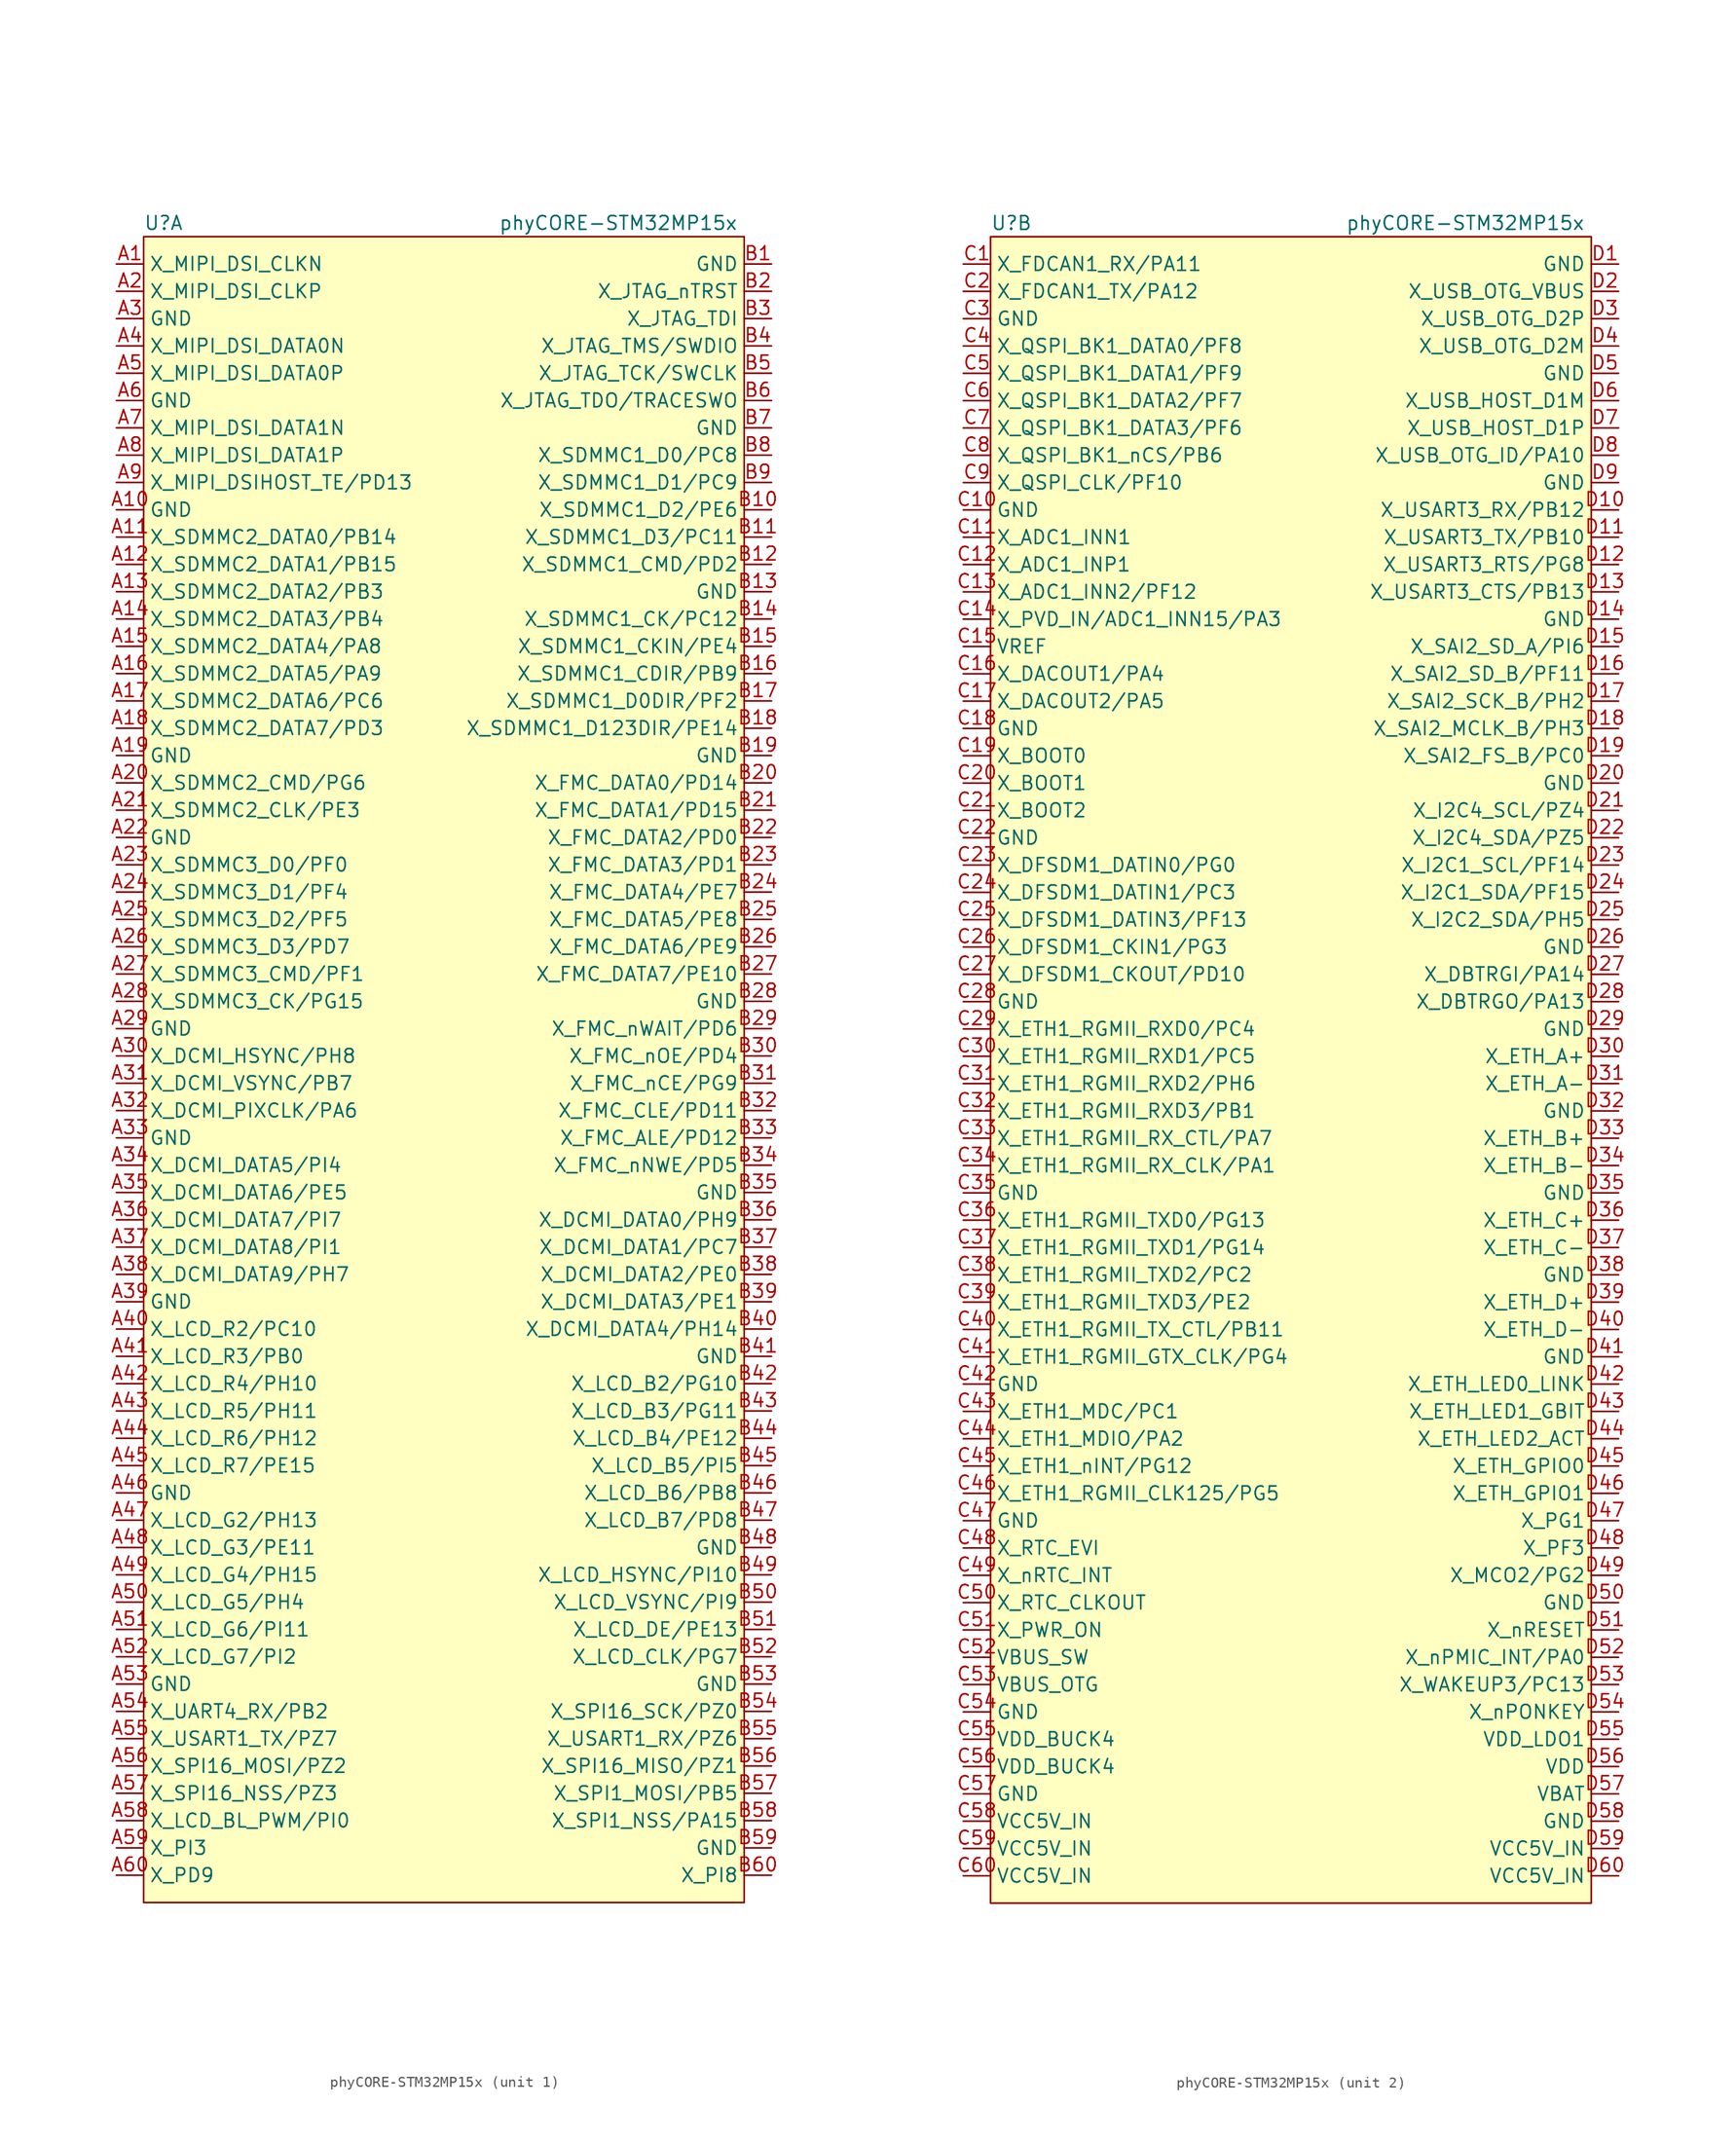
<source format=kicad_sym>
(kicad_symbol_lib
  (version 20211014)
  (generator kicad_symbol_editor)
  (symbol "phyCORE-STM32MP15x"
    (property "Reference" "U"
      (at -27.94 78.74 0)
      (effects (font (size 1.27 1.27)) (justify left)))
    (property "Value" "phyCORE-STM32MP15x"
      (at 5.08 78.74 0)
      (effects (font (size 1.27 1.27)) (justify left)))
    (property "ki_locked" ""
      (at 0 0 0)
      (effects (font (size 1.27 1.27))))
    (symbol "phyCORE-STM32MP15x_1_1"
      (rectangle (start -27.94 77.47) (end 27.94 -77.47) (stroke (width 0) (type default) (color 0 0 0 0)) (fill (type background)))
      (pin output line (at -30.48 74.93 0) (length 2.54) (name "X_MIPI_DSI_CLKN" (effects (font (size 1.27 1.27)))) (number "A1" (effects (font (size 1.27 1.27)))))
      (pin power_in line (at -30.48 52.07 0) (length 2.54) (name "GND" (effects (font (size 1.27 1.27)))) (number "A10" (effects (font (size 1.27 1.27)))))
      (pin bidirectional line (at -30.48 49.53 0) (length 2.54) (name "X_SDMMC2_DATA0/PB14" (effects (font (size 1.27 1.27)))) (number "A11" (effects (font (size 1.27 1.27)))))
      (pin bidirectional line (at -30.48 46.99 0) (length 2.54) (name "X_SDMMC2_DATA1/PB15" (effects (font (size 1.27 1.27)))) (number "A12" (effects (font (size 1.27 1.27)))))
      (pin bidirectional line (at -30.48 44.45 0) (length 2.54) (name "X_SDMMC2_DATA2/PB3" (effects (font (size 1.27 1.27)))) (number "A13" (effects (font (size 1.27 1.27)))))
      (pin bidirectional line (at -30.48 41.91 0) (length 2.54) (name "X_SDMMC2_DATA3/PB4" (effects (font (size 1.27 1.27)))) (number "A14" (effects (font (size 1.27 1.27)))))
      (pin bidirectional line (at -30.48 39.37 0) (length 2.54) (name "X_SDMMC2_DATA4/PA8" (effects (font (size 1.27 1.27)))) (number "A15" (effects (font (size 1.27 1.27)))))
      (pin bidirectional line (at -30.48 36.83 0) (length 2.54) (name "X_SDMMC2_DATA5/PA9" (effects (font (size 1.27 1.27)))) (number "A16" (effects (font (size 1.27 1.27)))))
      (pin bidirectional line (at -30.48 34.29 0) (length 2.54) (name "X_SDMMC2_DATA6/PC6" (effects (font (size 1.27 1.27)))) (number "A17" (effects (font (size 1.27 1.27)))))
      (pin bidirectional line (at -30.48 31.75 0) (length 2.54) (name "X_SDMMC2_DATA7/PD3" (effects (font (size 1.27 1.27)))) (number "A18" (effects (font (size 1.27 1.27)))))
      (pin power_in line (at -30.48 29.21 0) (length 2.54) (name "GND" (effects (font (size 1.27 1.27)))) (number "A19" (effects (font (size 1.27 1.27)))))
      (pin output line (at -30.48 72.39 0) (length 2.54) (name "X_MIPI_DSI_CLKP" (effects (font (size 1.27 1.27)))) (number "A2" (effects (font (size 1.27 1.27)))))
      (pin bidirectional line (at -30.48 26.67 0) (length 2.54) (name "X_SDMMC2_CMD/PG6" (effects (font (size 1.27 1.27)))) (number "A20" (effects (font (size 1.27 1.27)))))
      (pin output line (at -30.48 24.13 0) (length 2.54) (name "X_SDMMC2_CLK/PE3" (effects (font (size 1.27 1.27)))) (number "A21" (effects (font (size 1.27 1.27)))))
      (pin power_in line (at -30.48 21.59 0) (length 2.54) (name "GND" (effects (font (size 1.27 1.27)))) (number "A22" (effects (font (size 1.27 1.27)))))
      (pin bidirectional line (at -30.48 19.05 0) (length 2.54) (name "X_SDMMC3_D0/PF0" (effects (font (size 1.27 1.27)))) (number "A23" (effects (font (size 1.27 1.27)))))
      (pin bidirectional line (at -30.48 16.51 0) (length 2.54) (name "X_SDMMC3_D1/PF4" (effects (font (size 1.27 1.27)))) (number "A24" (effects (font (size 1.27 1.27)))))
      (pin bidirectional line (at -30.48 13.97 0) (length 2.54) (name "X_SDMMC3_D2/PF5" (effects (font (size 1.27 1.27)))) (number "A25" (effects (font (size 1.27 1.27)))))
      (pin bidirectional line (at -30.48 11.43 0) (length 2.54) (name "X_SDMMC3_D3/PD7" (effects (font (size 1.27 1.27)))) (number "A26" (effects (font (size 1.27 1.27)))))
      (pin bidirectional line (at -30.48 8.89 0) (length 2.54) (name "X_SDMMC3_CMD/PF1" (effects (font (size 1.27 1.27)))) (number "A27" (effects (font (size 1.27 1.27)))))
      (pin output line (at -30.48 6.35 0) (length 2.54) (name "X_SDMMC3_CK/PG15" (effects (font (size 1.27 1.27)))) (number "A28" (effects (font (size 1.27 1.27)))))
      (pin power_in line (at -30.48 3.81 0) (length 2.54) (name "GND" (effects (font (size 1.27 1.27)))) (number "A29" (effects (font (size 1.27 1.27)))))
      (pin power_in line (at -30.48 69.85 0) (length 2.54) (name "GND" (effects (font (size 1.27 1.27)))) (number "A3" (effects (font (size 1.27 1.27)))))
      (pin input line (at -30.48 1.27 0) (length 2.54) (name "X_DCMI_HSYNC/PH8" (effects (font (size 1.27 1.27)))) (number "A30" (effects (font (size 1.27 1.27)))))
      (pin input line (at -30.48 -1.27 0) (length 2.54) (name "X_DCMI_VSYNC/PB7" (effects (font (size 1.27 1.27)))) (number "A31" (effects (font (size 1.27 1.27)))))
      (pin input line (at -30.48 -3.81 0) (length 2.54) (name "X_DCMI_PIXCLK/PA6" (effects (font (size 1.27 1.27)))) (number "A32" (effects (font (size 1.27 1.27)))))
      (pin power_in line (at -30.48 -6.35 0) (length 2.54) (name "GND" (effects (font (size 1.27 1.27)))) (number "A33" (effects (font (size 1.27 1.27)))))
      (pin input line (at -30.48 -8.89 0) (length 2.54) (name "X_DCMI_DATA5/PI4" (effects (font (size 1.27 1.27)))) (number "A34" (effects (font (size 1.27 1.27)))))
      (pin input line (at -30.48 -11.43 0) (length 2.54) (name "X_DCMI_DATA6/PE5" (effects (font (size 1.27 1.27)))) (number "A35" (effects (font (size 1.27 1.27)))))
      (pin input line (at -30.48 -13.97 0) (length 2.54) (name "X_DCMI_DATA7/PI7" (effects (font (size 1.27 1.27)))) (number "A36" (effects (font (size 1.27 1.27)))))
      (pin input line (at -30.48 -16.51 0) (length 2.54) (name "X_DCMI_DATA8/PI1" (effects (font (size 1.27 1.27)))) (number "A37" (effects (font (size 1.27 1.27)))))
      (pin input line (at -30.48 -19.05 0) (length 2.54) (name "X_DCMI_DATA9/PH7" (effects (font (size 1.27 1.27)))) (number "A38" (effects (font (size 1.27 1.27)))))
      (pin power_in line (at -30.48 -21.59 0) (length 2.54) (name "GND" (effects (font (size 1.27 1.27)))) (number "A39" (effects (font (size 1.27 1.27)))))
      (pin output line (at -30.48 67.31 0) (length 2.54) (name "X_MIPI_DSI_DATA0N" (effects (font (size 1.27 1.27)))) (number "A4" (effects (font (size 1.27 1.27)))))
      (pin output line (at -30.48 -24.13 0) (length 2.54) (name "X_LCD_R2/PC10" (effects (font (size 1.27 1.27)))) (number "A40" (effects (font (size 1.27 1.27)))))
      (pin output line (at -30.48 -26.67 0) (length 2.54) (name "X_LCD_R3/PB0" (effects (font (size 1.27 1.27)))) (number "A41" (effects (font (size 1.27 1.27)))))
      (pin output line (at -30.48 -29.21 0) (length 2.54) (name "X_LCD_R4/PH10" (effects (font (size 1.27 1.27)))) (number "A42" (effects (font (size 1.27 1.27)))))
      (pin output line (at -30.48 -31.75 0) (length 2.54) (name "X_LCD_R5/PH11" (effects (font (size 1.27 1.27)))) (number "A43" (effects (font (size 1.27 1.27)))))
      (pin output line (at -30.48 -34.29 0) (length 2.54) (name "X_LCD_R6/PH12" (effects (font (size 1.27 1.27)))) (number "A44" (effects (font (size 1.27 1.27)))))
      (pin output line (at -30.48 -36.83 0) (length 2.54) (name "X_LCD_R7/PE15" (effects (font (size 1.27 1.27)))) (number "A45" (effects (font (size 1.27 1.27)))))
      (pin power_in line (at -30.48 -39.37 0) (length 2.54) (name "GND" (effects (font (size 1.27 1.27)))) (number "A46" (effects (font (size 1.27 1.27)))))
      (pin output line (at -30.48 -41.91 0) (length 2.54) (name "X_LCD_G2/PH13" (effects (font (size 1.27 1.27)))) (number "A47" (effects (font (size 1.27 1.27)))))
      (pin output line (at -30.48 -44.45 0) (length 2.54) (name "X_LCD_G3/PE11" (effects (font (size 1.27 1.27)))) (number "A48" (effects (font (size 1.27 1.27)))))
      (pin output line (at -30.48 -46.99 0) (length 2.54) (name "X_LCD_G4/PH15" (effects (font (size 1.27 1.27)))) (number "A49" (effects (font (size 1.27 1.27)))))
      (pin output line (at -30.48 64.77 0) (length 2.54) (name "X_MIPI_DSI_DATA0P" (effects (font (size 1.27 1.27)))) (number "A5" (effects (font (size 1.27 1.27)))))
      (pin output line (at -30.48 -49.53 0) (length 2.54) (name "X_LCD_G5/PH4" (effects (font (size 1.27 1.27)))) (number "A50" (effects (font (size 1.27 1.27)))))
      (pin output line (at -30.48 -52.07 0) (length 2.54) (name "X_LCD_G6/PI11" (effects (font (size 1.27 1.27)))) (number "A51" (effects (font (size 1.27 1.27)))))
      (pin output line (at -30.48 -54.61 0) (length 2.54) (name "X_LCD_G7/PI2" (effects (font (size 1.27 1.27)))) (number "A52" (effects (font (size 1.27 1.27)))))
      (pin power_in line (at -30.48 -57.15 0) (length 2.54) (name "GND" (effects (font (size 1.27 1.27)))) (number "A53" (effects (font (size 1.27 1.27)))))
      (pin input line (at -30.48 -59.69 0) (length 2.54) (name "X_UART4_RX/PB2" (effects (font (size 1.27 1.27)))) (number "A54" (effects (font (size 1.27 1.27)))))
      (pin output line (at -30.48 -62.23 0) (length 2.54) (name "X_USART1_TX/PZ7" (effects (font (size 1.27 1.27)))) (number "A55" (effects (font (size 1.27 1.27)))))
      (pin bidirectional line (at -30.48 -64.77 0) (length 2.54) (name "X_SPI16_MOSI/PZ2" (effects (font (size 1.27 1.27)))) (number "A56" (effects (font (size 1.27 1.27)))))
      (pin bidirectional line (at -30.48 -67.31 0) (length 2.54) (name "X_SPI16_NSS/PZ3" (effects (font (size 1.27 1.27)))) (number "A57" (effects (font (size 1.27 1.27)))))
      (pin output line (at -30.48 -69.85 0) (length 2.54) (name "X_LCD_BL_PWM/PI0" (effects (font (size 1.27 1.27)))) (number "A58" (effects (font (size 1.27 1.27)))))
      (pin bidirectional line (at -30.48 -72.39 0) (length 2.54) (name "X_PI3" (effects (font (size 1.27 1.27)))) (number "A59" (effects (font (size 1.27 1.27)))))
      (pin power_in line (at -30.48 62.23 0) (length 2.54) (name "GND" (effects (font (size 1.27 1.27)))) (number "A6" (effects (font (size 1.27 1.27)))))
      (pin bidirectional line (at -30.48 -74.93 0) (length 2.54) (name "X_PD9" (effects (font (size 1.27 1.27)))) (number "A60" (effects (font (size 1.27 1.27)))))
      (pin output line (at -30.48 59.69 0) (length 2.54) (name "X_MIPI_DSI_DATA1N" (effects (font (size 1.27 1.27)))) (number "A7" (effects (font (size 1.27 1.27)))))
      (pin output line (at -30.48 57.15 0) (length 2.54) (name "X_MIPI_DSI_DATA1P" (effects (font (size 1.27 1.27)))) (number "A8" (effects (font (size 1.27 1.27)))))
      (pin input line (at -30.48 54.61 0) (length 2.54) (name "X_MIPI_DSIHOST_TE/PD13" (effects (font (size 1.27 1.27)))) (number "A9" (effects (font (size 1.27 1.27)))))
      (pin power_in line (at 30.48 74.93 180) (length 2.54) (name "GND" (effects (font (size 1.27 1.27)))) (number "B1" (effects (font (size 1.27 1.27)))))
      (pin bidirectional line (at 30.48 52.07 180) (length 2.54) (name "X_SDMMC1_D2/PE6" (effects (font (size 1.27 1.27)))) (number "B10" (effects (font (size 1.27 1.27)))))
      (pin bidirectional line (at 30.48 49.53 180) (length 2.54) (name "X_SDMMC1_D3/PC11" (effects (font (size 1.27 1.27)))) (number "B11" (effects (font (size 1.27 1.27)))))
      (pin bidirectional line (at 30.48 46.99 180) (length 2.54) (name "X_SDMMC1_CMD/PD2" (effects (font (size 1.27 1.27)))) (number "B12" (effects (font (size 1.27 1.27)))))
      (pin power_in line (at 30.48 44.45 180) (length 2.54) (name "GND" (effects (font (size 1.27 1.27)))) (number "B13" (effects (font (size 1.27 1.27)))))
      (pin output line (at 30.48 41.91 180) (length 2.54) (name "X_SDMMC1_CK/PC12" (effects (font (size 1.27 1.27)))) (number "B14" (effects (font (size 1.27 1.27)))))
      (pin input line (at 30.48 39.37 180) (length 2.54) (name "X_SDMMC1_CKIN/PE4" (effects (font (size 1.27 1.27)))) (number "B15" (effects (font (size 1.27 1.27)))))
      (pin output line (at 30.48 36.83 180) (length 2.54) (name "X_SDMMC1_CDIR/PB9" (effects (font (size 1.27 1.27)))) (number "B16" (effects (font (size 1.27 1.27)))))
      (pin output line (at 30.48 34.29 180) (length 2.54) (name "X_SDMMC1_D0DIR/PF2" (effects (font (size 1.27 1.27)))) (number "B17" (effects (font (size 1.27 1.27)))))
      (pin output line (at 30.48 31.75 180) (length 2.54) (name "X_SDMMC1_D123DIR/PE14" (effects (font (size 1.27 1.27)))) (number "B18" (effects (font (size 1.27 1.27)))))
      (pin power_in line (at 30.48 29.21 180) (length 2.54) (name "GND" (effects (font (size 1.27 1.27)))) (number "B19" (effects (font (size 1.27 1.27)))))
      (pin input line (at 30.48 72.39 180) (length 2.54) (name "X_JTAG_nTRST" (effects (font (size 1.27 1.27)))) (number "B2" (effects (font (size 1.27 1.27)))))
      (pin bidirectional line (at 30.48 26.67 180) (length 2.54) (name "X_FMC_DATA0/PD14" (effects (font (size 1.27 1.27)))) (number "B20" (effects (font (size 1.27 1.27)))))
      (pin bidirectional line (at 30.48 24.13 180) (length 2.54) (name "X_FMC_DATA1/PD15" (effects (font (size 1.27 1.27)))) (number "B21" (effects (font (size 1.27 1.27)))))
      (pin bidirectional line (at 30.48 21.59 180) (length 2.54) (name "X_FMC_DATA2/PD0" (effects (font (size 1.27 1.27)))) (number "B22" (effects (font (size 1.27 1.27)))))
      (pin bidirectional line (at 30.48 19.05 180) (length 2.54) (name "X_FMC_DATA3/PD1" (effects (font (size 1.27 1.27)))) (number "B23" (effects (font (size 1.27 1.27)))))
      (pin bidirectional line (at 30.48 16.51 180) (length 2.54) (name "X_FMC_DATA4/PE7" (effects (font (size 1.27 1.27)))) (number "B24" (effects (font (size 1.27 1.27)))))
      (pin bidirectional line (at 30.48 13.97 180) (length 2.54) (name "X_FMC_DATA5/PE8" (effects (font (size 1.27 1.27)))) (number "B25" (effects (font (size 1.27 1.27)))))
      (pin bidirectional line (at 30.48 11.43 180) (length 2.54) (name "X_FMC_DATA6/PE9" (effects (font (size 1.27 1.27)))) (number "B26" (effects (font (size 1.27 1.27)))))
      (pin bidirectional line (at 30.48 8.89 180) (length 2.54) (name "X_FMC_DATA7/PE10" (effects (font (size 1.27 1.27)))) (number "B27" (effects (font (size 1.27 1.27)))))
      (pin power_in line (at 30.48 6.35 180) (length 2.54) (name "GND" (effects (font (size 1.27 1.27)))) (number "B28" (effects (font (size 1.27 1.27)))))
      (pin input line (at 30.48 3.81 180) (length 2.54) (name "X_FMC_nWAIT/PD6" (effects (font (size 1.27 1.27)))) (number "B29" (effects (font (size 1.27 1.27)))))
      (pin input line (at 30.48 69.85 180) (length 2.54) (name "X_JTAG_TDI" (effects (font (size 1.27 1.27)))) (number "B3" (effects (font (size 1.27 1.27)))))
      (pin output line (at 30.48 1.27 180) (length 2.54) (name "X_FMC_nOE/PD4" (effects (font (size 1.27 1.27)))) (number "B30" (effects (font (size 1.27 1.27)))))
      (pin output line (at 30.48 -1.27 180) (length 2.54) (name "X_FMC_nCE/PG9" (effects (font (size 1.27 1.27)))) (number "B31" (effects (font (size 1.27 1.27)))))
      (pin output line (at 30.48 -3.81 180) (length 2.54) (name "X_FMC_CLE/PD11" (effects (font (size 1.27 1.27)))) (number "B32" (effects (font (size 1.27 1.27)))))
      (pin output line (at 30.48 -6.35 180) (length 2.54) (name "X_FMC_ALE/PD12" (effects (font (size 1.27 1.27)))) (number "B33" (effects (font (size 1.27 1.27)))))
      (pin output line (at 30.48 -8.89 180) (length 2.54) (name "X_FMC_nNWE/PD5" (effects (font (size 1.27 1.27)))) (number "B34" (effects (font (size 1.27 1.27)))))
      (pin power_in line (at 30.48 -11.43 180) (length 2.54) (name "GND" (effects (font (size 1.27 1.27)))) (number "B35" (effects (font (size 1.27 1.27)))))
      (pin input line (at 30.48 -13.97 180) (length 2.54) (name "X_DCMI_DATA0/PH9" (effects (font (size 1.27 1.27)))) (number "B36" (effects (font (size 1.27 1.27)))))
      (pin input line (at 30.48 -16.51 180) (length 2.54) (name "X_DCMI_DATA1/PC7" (effects (font (size 1.27 1.27)))) (number "B37" (effects (font (size 1.27 1.27)))))
      (pin input line (at 30.48 -19.05 180) (length 2.54) (name "X_DCMI_DATA2/PE0" (effects (font (size 1.27 1.27)))) (number "B38" (effects (font (size 1.27 1.27)))))
      (pin input line (at 30.48 -21.59 180) (length 2.54) (name "X_DCMI_DATA3/PE1" (effects (font (size 1.27 1.27)))) (number "B39" (effects (font (size 1.27 1.27)))))
      (pin bidirectional line (at 30.48 67.31 180) (length 2.54) (name "X_JTAG_TMS/SWDIO" (effects (font (size 1.27 1.27)))) (number "B4" (effects (font (size 1.27 1.27)))))
      (pin input line (at 30.48 -24.13 180) (length 2.54) (name "X_DCMI_DATA4/PH14" (effects (font (size 1.27 1.27)))) (number "B40" (effects (font (size 1.27 1.27)))))
      (pin power_in line (at 30.48 -26.67 180) (length 2.54) (name "GND" (effects (font (size 1.27 1.27)))) (number "B41" (effects (font (size 1.27 1.27)))))
      (pin output line (at 30.48 -29.21 180) (length 2.54) (name "X_LCD_B2/PG10" (effects (font (size 1.27 1.27)))) (number "B42" (effects (font (size 1.27 1.27)))))
      (pin output line (at 30.48 -31.75 180) (length 2.54) (name "X_LCD_B3/PG11" (effects (font (size 1.27 1.27)))) (number "B43" (effects (font (size 1.27 1.27)))))
      (pin output line (at 30.48 -34.29 180) (length 2.54) (name "X_LCD_B4/PE12" (effects (font (size 1.27 1.27)))) (number "B44" (effects (font (size 1.27 1.27)))))
      (pin output line (at 30.48 -36.83 180) (length 2.54) (name "X_LCD_B5/PI5" (effects (font (size 1.27 1.27)))) (number "B45" (effects (font (size 1.27 1.27)))))
      (pin output line (at 30.48 -39.37 180) (length 2.54) (name "X_LCD_B6/PB8" (effects (font (size 1.27 1.27)))) (number "B46" (effects (font (size 1.27 1.27)))))
      (pin output line (at 30.48 -41.91 180) (length 2.54) (name "X_LCD_B7/PD8" (effects (font (size 1.27 1.27)))) (number "B47" (effects (font (size 1.27 1.27)))))
      (pin power_in line (at 30.48 -44.45 180) (length 2.54) (name "GND" (effects (font (size 1.27 1.27)))) (number "B48" (effects (font (size 1.27 1.27)))))
      (pin output line (at 30.48 -46.99 180) (length 2.54) (name "X_LCD_HSYNC/PI10" (effects (font (size 1.27 1.27)))) (number "B49" (effects (font (size 1.27 1.27)))))
      (pin input line (at 30.48 64.77 180) (length 2.54) (name "X_JTAG_TCK/SWCLK" (effects (font (size 1.27 1.27)))) (number "B5" (effects (font (size 1.27 1.27)))))
      (pin output line (at 30.48 -49.53 180) (length 2.54) (name "X_LCD_VSYNC/PI9" (effects (font (size 1.27 1.27)))) (number "B50" (effects (font (size 1.27 1.27)))))
      (pin output line (at 30.48 -52.07 180) (length 2.54) (name "X_LCD_DE/PE13" (effects (font (size 1.27 1.27)))) (number "B51" (effects (font (size 1.27 1.27)))))
      (pin output line (at 30.48 -54.61 180) (length 2.54) (name "X_LCD_CLK/PG7" (effects (font (size 1.27 1.27)))) (number "B52" (effects (font (size 1.27 1.27)))))
      (pin power_in line (at 30.48 -57.15 180) (length 2.54) (name "GND" (effects (font (size 1.27 1.27)))) (number "B53" (effects (font (size 1.27 1.27)))))
      (pin bidirectional line (at 30.48 -59.69 180) (length 2.54) (name "X_SPI16_SCK/PZ0" (effects (font (size 1.27 1.27)))) (number "B54" (effects (font (size 1.27 1.27)))))
      (pin input line (at 30.48 -62.23 180) (length 2.54) (name "X_USART1_RX/PZ6" (effects (font (size 1.27 1.27)))) (number "B55" (effects (font (size 1.27 1.27)))))
      (pin bidirectional line (at 30.48 -64.77 180) (length 2.54) (name "X_SPI16_MISO/PZ1" (effects (font (size 1.27 1.27)))) (number "B56" (effects (font (size 1.27 1.27)))))
      (pin input line (at 30.48 -67.31 180) (length 2.54) (name "X_SPI1_MOSI/PB5" (effects (font (size 1.27 1.27)))) (number "B57" (effects (font (size 1.27 1.27)))))
      (pin bidirectional line (at 30.48 -69.85 180) (length 2.54) (name "X_SPI1_NSS/PA15" (effects (font (size 1.27 1.27)))) (number "B58" (effects (font (size 1.27 1.27)))))
      (pin power_in line (at 30.48 -72.39 180) (length 2.54) (name "GND" (effects (font (size 1.27 1.27)))) (number "B59" (effects (font (size 1.27 1.27)))))
      (pin output line (at 30.48 62.23 180) (length 2.54) (name "X_JTAG_TDO/TRACESWO" (effects (font (size 1.27 1.27)))) (number "B6" (effects (font (size 1.27 1.27)))))
      (pin bidirectional line (at 30.48 -74.93 180) (length 2.54) (name "X_PI8" (effects (font (size 1.27 1.27)))) (number "B60" (effects (font (size 1.27 1.27)))))
      (pin power_in line (at 30.48 59.69 180) (length 2.54) (name "GND" (effects (font (size 1.27 1.27)))) (number "B7" (effects (font (size 1.27 1.27)))))
      (pin bidirectional line (at 30.48 57.15 180) (length 2.54) (name "X_SDMMC1_D0/PC8" (effects (font (size 1.27 1.27)))) (number "B8" (effects (font (size 1.27 1.27)))))
      (pin bidirectional line (at 30.48 54.61 180) (length 2.54) (name "X_SDMMC1_D1/PC9" (effects (font (size 1.27 1.27)))) (number "B9" (effects (font (size 1.27 1.27))))))
    (symbol "phyCORE-STM32MP15x_2_1"
      (rectangle (start -27.94 77.47) (end 27.94 -77.47) (stroke (width 0) (type default) (color 0 0 0 0)) (fill (type background)))
      (pin input line (at -30.48 74.93 0) (length 2.54) (name "X_FDCAN1_RX/PA11" (effects (font (size 1.27 1.27)))) (number "C1" (effects (font (size 1.27 1.27)))))
      (pin power_in line (at -30.48 52.07 0) (length 2.54) (name "GND" (effects (font (size 1.27 1.27)))) (number "C10" (effects (font (size 1.27 1.27)))))
      (pin input line (at -30.48 49.53 0) (length 2.54) (name "X_ADC1_INN1" (effects (font (size 1.27 1.27)))) (number "C11" (effects (font (size 1.27 1.27)))))
      (pin input line (at -30.48 46.99 0) (length 2.54) (name "X_ADC1_INP1" (effects (font (size 1.27 1.27)))) (number "C12" (effects (font (size 1.27 1.27)))))
      (pin input line (at -30.48 44.45 0) (length 2.54) (name "X_ADC1_INN2/PF12" (effects (font (size 1.27 1.27)))) (number "C13" (effects (font (size 1.27 1.27)))))
      (pin input line (at -30.48 41.91 0) (length 2.54) (name "X_PVD_IN/ADC1_INN15/PA3" (effects (font (size 1.27 1.27)))) (number "C14" (effects (font (size 1.27 1.27)))))
      (pin power_in line (at -30.48 39.37 0) (length 2.54) (name "VREF" (effects (font (size 1.27 1.27)))) (number "C15" (effects (font (size 1.27 1.27)))))
      (pin output line (at -30.48 36.83 0) (length 2.54) (name "X_DACOUT1/PA4" (effects (font (size 1.27 1.27)))) (number "C16" (effects (font (size 1.27 1.27)))))
      (pin output line (at -30.48 34.29 0) (length 2.54) (name "X_DACOUT2/PA5" (effects (font (size 1.27 1.27)))) (number "C17" (effects (font (size 1.27 1.27)))))
      (pin power_in line (at -30.48 31.75 0) (length 2.54) (name "GND" (effects (font (size 1.27 1.27)))) (number "C18" (effects (font (size 1.27 1.27)))))
      (pin input line (at -30.48 29.21 0) (length 2.54) (name "X_BOOT0" (effects (font (size 1.27 1.27)))) (number "C19" (effects (font (size 1.27 1.27)))))
      (pin output line (at -30.48 72.39 0) (length 2.54) (name "X_FDCAN1_TX/PA12" (effects (font (size 1.27 1.27)))) (number "C2" (effects (font (size 1.27 1.27)))))
      (pin input line (at -30.48 26.67 0) (length 2.54) (name "X_BOOT1" (effects (font (size 1.27 1.27)))) (number "C20" (effects (font (size 1.27 1.27)))))
      (pin input line (at -30.48 24.13 0) (length 2.54) (name "X_BOOT2" (effects (font (size 1.27 1.27)))) (number "C21" (effects (font (size 1.27 1.27)))))
      (pin power_in line (at -30.48 21.59 0) (length 2.54) (name "GND" (effects (font (size 1.27 1.27)))) (number "C22" (effects (font (size 1.27 1.27)))))
      (pin input line (at -30.48 19.05 0) (length 2.54) (name "X_DFSDM1_DATIN0/PG0" (effects (font (size 1.27 1.27)))) (number "C23" (effects (font (size 1.27 1.27)))))
      (pin input line (at -30.48 16.51 0) (length 2.54) (name "X_DFSDM1_DATIN1/PC3" (effects (font (size 1.27 1.27)))) (number "C24" (effects (font (size 1.27 1.27)))))
      (pin input line (at -30.48 13.97 0) (length 2.54) (name "X_DFSDM1_DATIN3/PF13" (effects (font (size 1.27 1.27)))) (number "C25" (effects (font (size 1.27 1.27)))))
      (pin input line (at -30.48 11.43 0) (length 2.54) (name "X_DFSDM1_CKIN1/PG3" (effects (font (size 1.27 1.27)))) (number "C26" (effects (font (size 1.27 1.27)))))
      (pin output line (at -30.48 8.89 0) (length 2.54) (name "X_DFSDM1_CKOUT/PD10" (effects (font (size 1.27 1.27)))) (number "C27" (effects (font (size 1.27 1.27)))))
      (pin power_in line (at -30.48 6.35 0) (length 2.54) (name "GND" (effects (font (size 1.27 1.27)))) (number "C28" (effects (font (size 1.27 1.27)))))
      (pin input line (at -30.48 3.81 0) (length 2.54) (name "X_ETH1_RGMII_RXD0/PC4" (effects (font (size 1.27 1.27)))) (number "C29" (effects (font (size 1.27 1.27)))))
      (pin power_in line (at -30.48 69.85 0) (length 2.54) (name "GND" (effects (font (size 1.27 1.27)))) (number "C3" (effects (font (size 1.27 1.27)))))
      (pin input line (at -30.48 1.27 0) (length 2.54) (name "X_ETH1_RGMII_RXD1/PC5" (effects (font (size 1.27 1.27)))) (number "C30" (effects (font (size 1.27 1.27)))))
      (pin input line (at -30.48 -1.27 0) (length 2.54) (name "X_ETH1_RGMII_RXD2/PH6" (effects (font (size 1.27 1.27)))) (number "C31" (effects (font (size 1.27 1.27)))))
      (pin input line (at -30.48 -3.81 0) (length 2.54) (name "X_ETH1_RGMII_RXD3/PB1" (effects (font (size 1.27 1.27)))) (number "C32" (effects (font (size 1.27 1.27)))))
      (pin input line (at -30.48 -6.35 0) (length 2.54) (name "X_ETH1_RGMII_RX_CTL/PA7" (effects (font (size 1.27 1.27)))) (number "C33" (effects (font (size 1.27 1.27)))))
      (pin input line (at -30.48 -8.89 0) (length 2.54) (name "X_ETH1_RGMII_RX_CLK/PA1" (effects (font (size 1.27 1.27)))) (number "C34" (effects (font (size 1.27 1.27)))))
      (pin power_in line (at -30.48 -11.43 0) (length 2.54) (name "GND" (effects (font (size 1.27 1.27)))) (number "C35" (effects (font (size 1.27 1.27)))))
      (pin output line (at -30.48 -13.97 0) (length 2.54) (name "X_ETH1_RGMII_TXD0/PG13" (effects (font (size 1.27 1.27)))) (number "C36" (effects (font (size 1.27 1.27)))))
      (pin output line (at -30.48 -16.51 0) (length 2.54) (name "X_ETH1_RGMII_TXD1/PG14" (effects (font (size 1.27 1.27)))) (number "C37" (effects (font (size 1.27 1.27)))))
      (pin output line (at -30.48 -19.05 0) (length 2.54) (name "X_ETH1_RGMII_TXD2/PC2" (effects (font (size 1.27 1.27)))) (number "C38" (effects (font (size 1.27 1.27)))))
      (pin output line (at -30.48 -21.59 0) (length 2.54) (name "X_ETH1_RGMII_TXD3/PE2" (effects (font (size 1.27 1.27)))) (number "C39" (effects (font (size 1.27 1.27)))))
      (pin bidirectional line (at -30.48 67.31 0) (length 2.54) (name "X_QSPI_BK1_DATA0/PF8" (effects (font (size 1.27 1.27)))) (number "C4" (effects (font (size 1.27 1.27)))))
      (pin bidirectional line (at -30.48 -24.13 0) (length 2.54) (name "X_ETH1_RGMII_TX_CTL/PB11" (effects (font (size 1.27 1.27)))) (number "C40" (effects (font (size 1.27 1.27)))))
      (pin output line (at -30.48 -26.67 0) (length 2.54) (name "X_ETH1_RGMII_GTX_CLK/PG4" (effects (font (size 1.27 1.27)))) (number "C41" (effects (font (size 1.27 1.27)))))
      (pin power_in line (at -30.48 -29.21 0) (length 2.54) (name "GND" (effects (font (size 1.27 1.27)))) (number "C42" (effects (font (size 1.27 1.27)))))
      (pin output line (at -30.48 -31.75 0) (length 2.54) (name "X_ETH1_MDC/PC1" (effects (font (size 1.27 1.27)))) (number "C43" (effects (font (size 1.27 1.27)))))
      (pin bidirectional line (at -30.48 -34.29 0) (length 2.54) (name "X_ETH1_MDIO/PA2" (effects (font (size 1.27 1.27)))) (number "C44" (effects (font (size 1.27 1.27)))))
      (pin input line (at -30.48 -36.83 0) (length 2.54) (name "X_ETH1_nINT/PG12" (effects (font (size 1.27 1.27)))) (number "C45" (effects (font (size 1.27 1.27)))))
      (pin input line (at -30.48 -39.37 0) (length 2.54) (name "X_ETH1_RGMII_CLK125/PG5" (effects (font (size 1.27 1.27)))) (number "C46" (effects (font (size 1.27 1.27)))))
      (pin power_in line (at -30.48 -41.91 0) (length 2.54) (name "GND" (effects (font (size 1.27 1.27)))) (number "C47" (effects (font (size 1.27 1.27)))))
      (pin input line (at -30.48 -44.45 0) (length 2.54) (name "X_RTC_EVI" (effects (font (size 1.27 1.27)))) (number "C48" (effects (font (size 1.27 1.27)))))
      (pin open_collector line (at -30.48 -46.99 0) (length 2.54) (name "X_nRTC_INT" (effects (font (size 1.27 1.27)))) (number "C49" (effects (font (size 1.27 1.27)))))
      (pin bidirectional line (at -30.48 64.77 0) (length 2.54) (name "X_QSPI_BK1_DATA1/PF9" (effects (font (size 1.27 1.27)))) (number "C5" (effects (font (size 1.27 1.27)))))
      (pin output line (at -30.48 -49.53 0) (length 2.54) (name "X_RTC_CLKOUT" (effects (font (size 1.27 1.27)))) (number "C50" (effects (font (size 1.27 1.27)))))
      (pin output line (at -30.48 -52.07 0) (length 2.54) (name "X_PWR_ON" (effects (font (size 1.27 1.27)))) (number "C51" (effects (font (size 1.27 1.27)))))
      (pin power_out line (at -30.48 -54.61 0) (length 2.54) (name "VBUS_SW" (effects (font (size 1.27 1.27)))) (number "C52" (effects (font (size 1.27 1.27)))))
      (pin power_out line (at -30.48 -57.15 0) (length 2.54) (name "VBUS_OTG" (effects (font (size 1.27 1.27)))) (number "C53" (effects (font (size 1.27 1.27)))))
      (pin power_in line (at -30.48 -59.69 0) (length 2.54) (name "GND" (effects (font (size 1.27 1.27)))) (number "C54" (effects (font (size 1.27 1.27)))))
      (pin power_out line (at -30.48 -62.23 0) (length 2.54) (name "VDD_BUCK4" (effects (font (size 1.27 1.27)))) (number "C55" (effects (font (size 1.27 1.27)))))
      (pin power_out line (at -30.48 -64.77 0) (length 2.54) (name "VDD_BUCK4" (effects (font (size 1.27 1.27)))) (number "C56" (effects (font (size 1.27 1.27)))))
      (pin power_in line (at -30.48 -67.31 0) (length 2.54) (name "GND" (effects (font (size 1.27 1.27)))) (number "C57" (effects (font (size 1.27 1.27)))))
      (pin power_in line (at -30.48 -69.85 0) (length 2.54) (name "VCC5V_IN" (effects (font (size 1.27 1.27)))) (number "C58" (effects (font (size 1.27 1.27)))))
      (pin power_in line (at -30.48 -72.39 0) (length 2.54) (name "VCC5V_IN" (effects (font (size 1.27 1.27)))) (number "C59" (effects (font (size 1.27 1.27)))))
      (pin bidirectional line (at -30.48 62.23 0) (length 2.54) (name "X_QSPI_BK1_DATA2/PF7" (effects (font (size 1.27 1.27)))) (number "C6" (effects (font (size 1.27 1.27)))))
      (pin power_in line (at -30.48 -74.93 0) (length 2.54) (name "VCC5V_IN" (effects (font (size 1.27 1.27)))) (number "C60" (effects (font (size 1.27 1.27)))))
      (pin bidirectional line (at -30.48 59.69 0) (length 2.54) (name "X_QSPI_BK1_DATA3/PF6" (effects (font (size 1.27 1.27)))) (number "C7" (effects (font (size 1.27 1.27)))))
      (pin output line (at -30.48 57.15 0) (length 2.54) (name "X_QSPI_BK1_nCS/PB6" (effects (font (size 1.27 1.27)))) (number "C8" (effects (font (size 1.27 1.27)))))
      (pin output line (at -30.48 54.61 0) (length 2.54) (name "X_QSPI_CLK/PF10" (effects (font (size 1.27 1.27)))) (number "C9" (effects (font (size 1.27 1.27)))))
      (pin power_in line (at 30.48 74.93 180) (length 2.54) (name "GND" (effects (font (size 1.27 1.27)))) (number "D1" (effects (font (size 1.27 1.27)))))
      (pin input line (at 30.48 52.07 180) (length 2.54) (name "X_USART3_RX/PB12" (effects (font (size 1.27 1.27)))) (number "D10" (effects (font (size 1.27 1.27)))))
      (pin output line (at 30.48 49.53 180) (length 2.54) (name "X_USART3_TX/PB10" (effects (font (size 1.27 1.27)))) (number "D11" (effects (font (size 1.27 1.27)))))
      (pin output line (at 30.48 46.99 180) (length 2.54) (name "X_USART3_RTS/PG8" (effects (font (size 1.27 1.27)))) (number "D12" (effects (font (size 1.27 1.27)))))
      (pin input line (at 30.48 44.45 180) (length 2.54) (name "X_USART3_CTS/PB13" (effects (font (size 1.27 1.27)))) (number "D13" (effects (font (size 1.27 1.27)))))
      (pin power_in line (at 30.48 41.91 180) (length 2.54) (name "GND" (effects (font (size 1.27 1.27)))) (number "D14" (effects (font (size 1.27 1.27)))))
      (pin bidirectional line (at 30.48 39.37 180) (length 2.54) (name "X_SAI2_SD_A/PI6" (effects (font (size 1.27 1.27)))) (number "D15" (effects (font (size 1.27 1.27)))))
      (pin bidirectional line (at 30.48 36.83 180) (length 2.54) (name "X_SAI2_SD_B/PF11" (effects (font (size 1.27 1.27)))) (number "D16" (effects (font (size 1.27 1.27)))))
      (pin bidirectional line (at 30.48 34.29 180) (length 2.54) (name "X_SAI2_SCK_B/PH2" (effects (font (size 1.27 1.27)))) (number "D17" (effects (font (size 1.27 1.27)))))
      (pin bidirectional line (at 30.48 31.75 180) (length 2.54) (name "X_SAI2_MCLK_B/PH3" (effects (font (size 1.27 1.27)))) (number "D18" (effects (font (size 1.27 1.27)))))
      (pin bidirectional line (at 30.48 29.21 180) (length 2.54) (name "X_SAI2_FS_B/PC0" (effects (font (size 1.27 1.27)))) (number "D19" (effects (font (size 1.27 1.27)))))
      (pin power_in line (at 30.48 72.39 180) (length 2.54) (name "X_USB_OTG_VBUS" (effects (font (size 1.27 1.27)))) (number "D2" (effects (font (size 1.27 1.27)))))
      (pin power_in line (at 30.48 26.67 180) (length 2.54) (name "GND" (effects (font (size 1.27 1.27)))) (number "D20" (effects (font (size 1.27 1.27)))))
      (pin output line (at 30.48 24.13 180) (length 2.54) (name "X_I2C4_SCL/PZ4" (effects (font (size 1.27 1.27)))) (number "D21" (effects (font (size 1.27 1.27)))))
      (pin bidirectional line (at 30.48 21.59 180) (length 2.54) (name "X_I2C4_SDA/PZ5" (effects (font (size 1.27 1.27)))) (number "D22" (effects (font (size 1.27 1.27)))))
      (pin bidirectional line (at 30.48 19.05 180) (length 2.54) (name "X_I2C1_SCL/PF14" (effects (font (size 1.27 1.27)))) (number "D23" (effects (font (size 1.27 1.27)))))
      (pin bidirectional line (at 30.48 16.51 180) (length 2.54) (name "X_I2C1_SDA/PF15" (effects (font (size 1.27 1.27)))) (number "D24" (effects (font (size 1.27 1.27)))))
      (pin bidirectional line (at 30.48 13.97 180) (length 2.54) (name "X_I2C2_SDA/PH5" (effects (font (size 1.27 1.27)))) (number "D25" (effects (font (size 1.27 1.27)))))
      (pin power_in line (at 30.48 11.43 180) (length 2.54) (name "GND" (effects (font (size 1.27 1.27)))) (number "D26" (effects (font (size 1.27 1.27)))))
      (pin input line (at 30.48 8.89 180) (length 2.54) (name "X_DBTRGI/PA14" (effects (font (size 1.27 1.27)))) (number "D27" (effects (font (size 1.27 1.27)))))
      (pin output line (at 30.48 6.35 180) (length 2.54) (name "X_DBTRGO/PA13" (effects (font (size 1.27 1.27)))) (number "D28" (effects (font (size 1.27 1.27)))))
      (pin power_in line (at 30.48 3.81 180) (length 2.54) (name "GND" (effects (font (size 1.27 1.27)))) (number "D29" (effects (font (size 1.27 1.27)))))
      (pin bidirectional line (at 30.48 69.85 180) (length 2.54) (name "X_USB_OTG_D2P" (effects (font (size 1.27 1.27)))) (number "D3" (effects (font (size 1.27 1.27)))))
      (pin bidirectional line (at 30.48 1.27 180) (length 2.54) (name "X_ETH_A+" (effects (font (size 1.27 1.27)))) (number "D30" (effects (font (size 1.27 1.27)))))
      (pin bidirectional line (at 30.48 -1.27 180) (length 2.54) (name "X_ETH_A-" (effects (font (size 1.27 1.27)))) (number "D31" (effects (font (size 1.27 1.27)))))
      (pin power_in line (at 30.48 -3.81 180) (length 2.54) (name "GND" (effects (font (size 1.27 1.27)))) (number "D32" (effects (font (size 1.27 1.27)))))
      (pin bidirectional line (at 30.48 -6.35 180) (length 2.54) (name "X_ETH_B+" (effects (font (size 1.27 1.27)))) (number "D33" (effects (font (size 1.27 1.27)))))
      (pin bidirectional line (at 30.48 -8.89 180) (length 2.54) (name "X_ETH_B-" (effects (font (size 1.27 1.27)))) (number "D34" (effects (font (size 1.27 1.27)))))
      (pin power_in line (at 30.48 -11.43 180) (length 2.54) (name "GND" (effects (font (size 1.27 1.27)))) (number "D35" (effects (font (size 1.27 1.27)))))
      (pin bidirectional line (at 30.48 -13.97 180) (length 2.54) (name "X_ETH_C+" (effects (font (size 1.27 1.27)))) (number "D36" (effects (font (size 1.27 1.27)))))
      (pin bidirectional line (at 30.48 -16.51 180) (length 2.54) (name "X_ETH_C-" (effects (font (size 1.27 1.27)))) (number "D37" (effects (font (size 1.27 1.27)))))
      (pin power_in line (at 30.48 -19.05 180) (length 2.54) (name "GND" (effects (font (size 1.27 1.27)))) (number "D38" (effects (font (size 1.27 1.27)))))
      (pin bidirectional line (at 30.48 -21.59 180) (length 2.54) (name "X_ETH_D+" (effects (font (size 1.27 1.27)))) (number "D39" (effects (font (size 1.27 1.27)))))
      (pin bidirectional line (at 30.48 67.31 180) (length 2.54) (name "X_USB_OTG_D2M" (effects (font (size 1.27 1.27)))) (number "D4" (effects (font (size 1.27 1.27)))))
      (pin bidirectional line (at 30.48 -24.13 180) (length 2.54) (name "X_ETH_D-" (effects (font (size 1.27 1.27)))) (number "D40" (effects (font (size 1.27 1.27)))))
      (pin power_in line (at 30.48 -26.67 180) (length 2.54) (name "GND" (effects (font (size 1.27 1.27)))) (number "D41" (effects (font (size 1.27 1.27)))))
      (pin open_collector line (at 30.48 -29.21 180) (length 2.54) (name "X_ETH_LED0_LINK" (effects (font (size 1.27 1.27)))) (number "D42" (effects (font (size 1.27 1.27)))))
      (pin open_collector line (at 30.48 -31.75 180) (length 2.54) (name "X_ETH_LED1_GBIT" (effects (font (size 1.27 1.27)))) (number "D43" (effects (font (size 1.27 1.27)))))
      (pin open_collector line (at 30.48 -34.29 180) (length 2.54) (name "X_ETH_LED2_ACT" (effects (font (size 1.27 1.27)))) (number "D44" (effects (font (size 1.27 1.27)))))
      (pin bidirectional line (at 30.48 -36.83 180) (length 2.54) (name "X_ETH_GPIO0" (effects (font (size 1.27 1.27)))) (number "D45" (effects (font (size 1.27 1.27)))))
      (pin bidirectional line (at 30.48 -39.37 180) (length 2.54) (name "X_ETH_GPIO1" (effects (font (size 1.27 1.27)))) (number "D46" (effects (font (size 1.27 1.27)))))
      (pin bidirectional line (at 30.48 -41.91 180) (length 2.54) (name "X_PG1" (effects (font (size 1.27 1.27)))) (number "D47" (effects (font (size 1.27 1.27)))))
      (pin bidirectional line (at 30.48 -44.45 180) (length 2.54) (name "X_PF3" (effects (font (size 1.27 1.27)))) (number "D48" (effects (font (size 1.27 1.27)))))
      (pin output line (at 30.48 -46.99 180) (length 2.54) (name "X_MCO2/PG2" (effects (font (size 1.27 1.27)))) (number "D49" (effects (font (size 1.27 1.27)))))
      (pin power_in line (at 30.48 64.77 180) (length 2.54) (name "GND" (effects (font (size 1.27 1.27)))) (number "D5" (effects (font (size 1.27 1.27)))))
      (pin power_in line (at 30.48 -49.53 180) (length 2.54) (name "GND" (effects (font (size 1.27 1.27)))) (number "D50" (effects (font (size 1.27 1.27)))))
      (pin bidirectional line (at 30.48 -52.07 180) (length 2.54) (name "X_nRESET" (effects (font (size 1.27 1.27)))) (number "D51" (effects (font (size 1.27 1.27)))))
      (pin input line (at 30.48 -54.61 180) (length 2.54) (name "X_nPMIC_INT/PA0" (effects (font (size 1.27 1.27)))) (number "D52" (effects (font (size 1.27 1.27)))))
      (pin bidirectional line (at 30.48 -57.15 180) (length 2.54) (name "X_WAKEUP3/PC13" (effects (font (size 1.27 1.27)))) (number "D53" (effects (font (size 1.27 1.27)))))
      (pin input line (at 30.48 -59.69 180) (length 2.54) (name "X_nPONKEY" (effects (font (size 1.27 1.27)))) (number "D54" (effects (font (size 1.27 1.27)))))
      (pin power_out line (at 30.48 -62.23 180) (length 2.54) (name "VDD_LDO1" (effects (font (size 1.27 1.27)))) (number "D55" (effects (font (size 1.27 1.27)))))
      (pin power_out line (at 30.48 -64.77 180) (length 2.54) (name "VDD" (effects (font (size 1.27 1.27)))) (number "D56" (effects (font (size 1.27 1.27)))))
      (pin power_in line (at 30.48 -67.31 180) (length 2.54) (name "VBAT" (effects (font (size 1.27 1.27)))) (number "D57" (effects (font (size 1.27 1.27)))))
      (pin power_in line (at 30.48 -69.85 180) (length 2.54) (name "GND" (effects (font (size 1.27 1.27)))) (number "D58" (effects (font (size 1.27 1.27)))))
      (pin power_in line (at 30.48 -72.39 180) (length 2.54) (name "VCC5V_IN" (effects (font (size 1.27 1.27)))) (number "D59" (effects (font (size 1.27 1.27)))))
      (pin bidirectional line (at 30.48 62.23 180) (length 2.54) (name "X_USB_HOST_D1M" (effects (font (size 1.27 1.27)))) (number "D6" (effects (font (size 1.27 1.27)))))
      (pin power_in line (at 30.48 -74.93 180) (length 2.54) (name "VCC5V_IN" (effects (font (size 1.27 1.27)))) (number "D60" (effects (font (size 1.27 1.27)))))
      (pin bidirectional line (at 30.48 59.69 180) (length 2.54) (name "X_USB_HOST_D1P" (effects (font (size 1.27 1.27)))) (number "D7" (effects (font (size 1.27 1.27)))))
      (pin input line (at 30.48 57.15 180) (length 2.54) (name "X_USB_OTG_ID/PA10" (effects (font (size 1.27 1.27)))) (number "D8" (effects (font (size 1.27 1.27)))))
      (pin power_in line (at 30.48 54.61 180) (length 2.54) (name "GND" (effects (font (size 1.27 1.27)))) (number "D9" (effects (font (size 1.27 1.27))))))))
</source>
